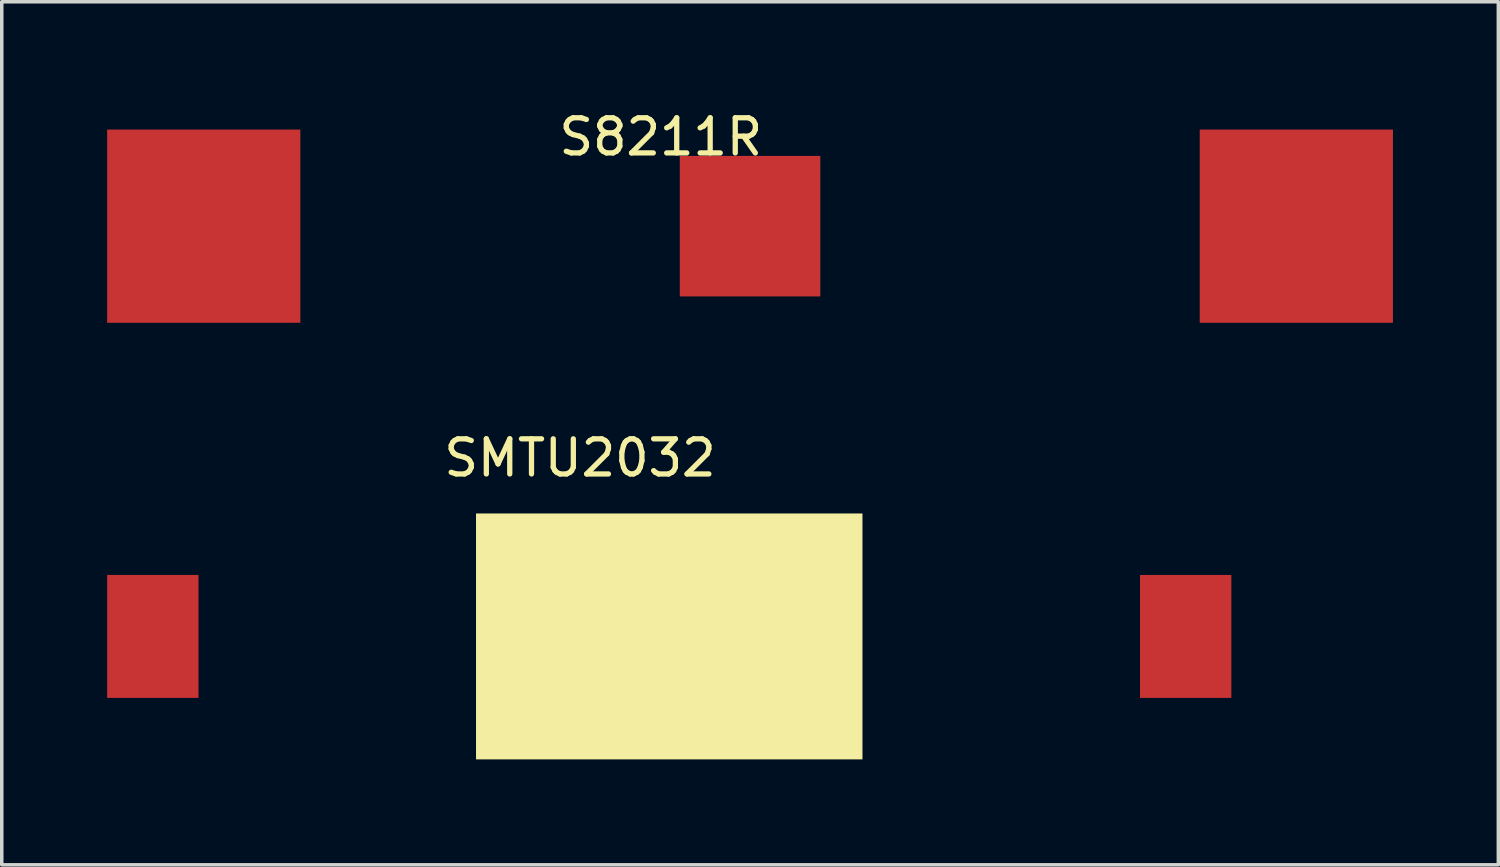
<source format=kicad_pcb>
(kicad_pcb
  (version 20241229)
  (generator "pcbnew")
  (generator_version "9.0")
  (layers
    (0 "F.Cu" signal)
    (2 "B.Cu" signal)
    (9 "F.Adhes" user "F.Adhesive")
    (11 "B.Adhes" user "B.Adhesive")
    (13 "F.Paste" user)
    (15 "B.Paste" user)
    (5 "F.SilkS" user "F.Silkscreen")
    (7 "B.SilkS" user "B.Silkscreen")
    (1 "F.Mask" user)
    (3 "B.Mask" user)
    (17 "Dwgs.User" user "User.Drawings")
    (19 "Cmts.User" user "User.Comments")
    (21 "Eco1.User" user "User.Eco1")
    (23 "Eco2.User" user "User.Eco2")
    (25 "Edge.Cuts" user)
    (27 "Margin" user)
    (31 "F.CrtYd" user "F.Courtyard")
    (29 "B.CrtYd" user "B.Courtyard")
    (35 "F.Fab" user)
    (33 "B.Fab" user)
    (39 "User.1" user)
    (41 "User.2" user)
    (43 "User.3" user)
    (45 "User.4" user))
  (footprint "SMTU2032"
    (layer "F.Cu")
    (at 16 15.066)
    (property "Reference" "SMTU2032" (at -2.54 -5.08 0) (layer "F.SilkS") (effects (font (size 1 1) (thickness 0.15))))
    (attr through_hole)
    (pad "" smd rect (at 0 0) (size 11 7) (layers "F.SilkS"))
    (pad "1" smd rect (at 14.7 0) (size 2.6 3.5) (layers "F.Cu" "F.Mask" "F.Paste"))
    (pad "2" smd rect (at -14.7 0) (size 2.6 3.5) (layers "F.Cu" "F.Mask" "F.Paste")))
  (footprint "S8211R"
    (layer "F.Cu")
    (at 18.3 3.388)
    (property "Reference" "S8211R" (at -2.54 -2.54 0) (layer "F.SilkS") (effects (font (size 1 1) (thickness 0.15))))
    (attr through_hole)
    (pad "1" smd rect (at -15.55 0) (size 5.5 5.5) (layers "F.Cu" "F.Mask"))
    (pad "1" smd rect (at 15.55 0) (size 5.5 5.5) (layers "F.Cu" "F.Mask"))
    (pad "2" smd rect (at 0 0) (size 4 4) (layers "F.Cu" "F.Mask")))
  (gr_rect
    (start -3 -3)
    (end 39.6 21.567)
    (stroke (width 0.1) (type default))
    (fill no)
    (layer "Edge.Cuts")))
</source>
